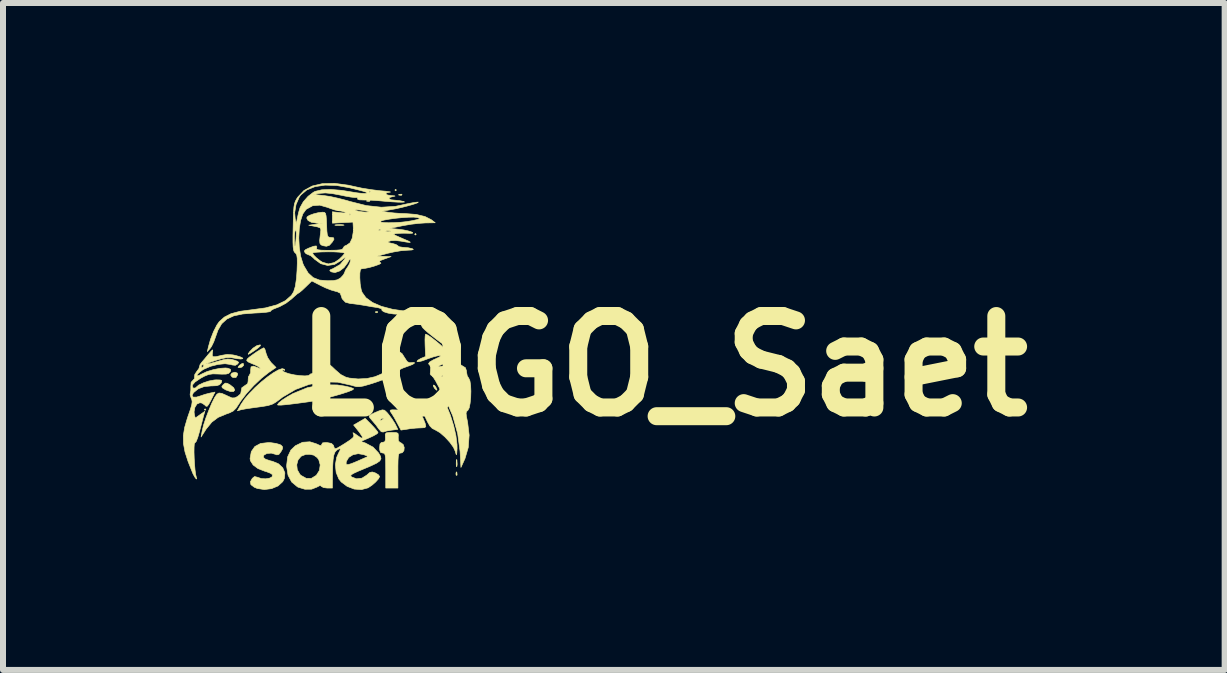
<source format=kicad_pcb>
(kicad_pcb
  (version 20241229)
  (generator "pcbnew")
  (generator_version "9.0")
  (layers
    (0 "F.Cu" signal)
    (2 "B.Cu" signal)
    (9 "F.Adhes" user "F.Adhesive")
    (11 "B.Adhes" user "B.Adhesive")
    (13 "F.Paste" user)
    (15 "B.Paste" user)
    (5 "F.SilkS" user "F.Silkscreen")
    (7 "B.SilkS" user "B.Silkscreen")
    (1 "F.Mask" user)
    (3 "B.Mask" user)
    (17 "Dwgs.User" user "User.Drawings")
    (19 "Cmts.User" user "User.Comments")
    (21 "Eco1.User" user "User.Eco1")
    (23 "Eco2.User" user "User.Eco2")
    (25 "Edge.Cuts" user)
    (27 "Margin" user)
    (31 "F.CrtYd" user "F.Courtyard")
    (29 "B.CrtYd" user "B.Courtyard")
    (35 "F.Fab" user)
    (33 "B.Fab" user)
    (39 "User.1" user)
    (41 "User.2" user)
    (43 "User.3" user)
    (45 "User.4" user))
  (footprint "LOGO_Saet"
    (layer "F.Cu")
    (at 2.311 2.594)
    (property "Reference" "LOGO_Saet" (at 5.69 0.457 0) (layer "F.SilkS") (effects (font (size 1.524 1.524) (thickness 0.3))))
    (attr through_hole)
    (fp_poly (pts (xy -1.93 1.181) (xy -1.943 1.194) (xy -1.956 1.181) (xy -1.943 1.168) (xy -1.93 1.181)) (stroke (width 0.01) (type solid)) (fill yes) (layer "F.SilkS"))
    (fp_poly (pts (xy 1.245 -2.477) (xy 1.232 -2.464) (xy 1.219 -2.477) (xy 1.232 -2.489) (xy 1.245 -2.477)) (stroke (width 0.01) (type solid)) (fill yes) (layer "F.SilkS"))
    (fp_poly (pts (xy 1.575 -1.74) (xy 1.562 -1.727) (xy 1.549 -1.74) (xy 1.562 -1.753) (xy 1.575 -1.74)) (stroke (width 0.01) (type solid)) (fill yes) (layer "F.SilkS"))
    (fp_poly (pts (xy 0.806 -2.301) (xy 0.798 -2.29) (xy 0.773 -2.288) (xy 0.745 -2.294) (xy 0.757 -2.303) (xy 0.797 -2.306) (xy 0.806 -2.301)) (stroke (width 0.01) (type solid)) (fill yes) (layer "F.SilkS"))
    (fp_poly (pts (xy 0.931 -0.449) (xy 0.928 -0.434) (xy 0.914 -0.432) (xy 0.893 -0.441) (xy 0.897 -0.449) (xy 0.928 -0.452) (xy 0.931 -0.449)) (stroke (width 0.01) (type solid)) (fill yes) (layer "F.SilkS"))
    (fp_poly (pts (xy 1.339 -2.403) (xy 1.332 -2.391) (xy 1.306 -2.39) (xy 1.279 -2.396) (xy 1.291 -2.405) (xy 1.33 -2.408) (xy 1.339 -2.403)) (stroke (width 0.01) (type solid)) (fill yes) (layer "F.SilkS"))
    (fp_poly (pts (xy 2.253 2.23) (xy 2.256 2.27) (xy 2.251 2.279) (xy 2.239 2.272) (xy 2.237 2.246) (xy 2.243 2.219) (xy 2.253 2.23)) (stroke (width 0.01) (type solid)) (fill yes) (layer "F.SilkS"))
    (fp_poly (pts (xy 1.882 0.78) (xy 1.904 0.811) (xy 1.922 0.855) (xy 1.912 0.858) (xy 1.879 0.825) (xy 1.859 0.787) (xy 1.861 0.772) (xy 1.882 0.78)) (stroke (width 0.01) (type solid)) (fill yes) (layer "F.SilkS"))
    (fp_poly (pts (xy -1.306 0.413) (xy -1.301 0.444) (xy -1.329 0.473) (xy -1.366 0.483) (xy -1.394 0.479) (xy -1.384 0.46) (xy -1.365 0.44) (xy -1.326 0.413) (xy -1.306 0.413)) (stroke (width 0.01) (type solid)) (fill yes) (layer "F.SilkS"))
    (fp_poly (pts (xy 0.362 -1.897) (xy 0.373 -1.892) (xy 0.339 -1.888) (xy 0.292 -1.887) (xy 0.234 -1.889) (xy 0.218 -1.893) (xy 0.235 -1.898) (xy 0.31 -1.902) (xy 0.362 -1.897)) (stroke (width 0.01) (type solid)) (fill yes) (layer "F.SilkS"))
    (fp_poly (pts (xy 2.253 2.026) (xy 2.257 2.092) (xy 2.253 2.128) (xy 2.246 2.133) (xy 2.242 2.097) (xy 2.242 2.07) (xy 2.244 2.021) (xy 2.25 2.013) (xy 2.253 2.026)) (stroke (width 0.01) (type solid)) (fill yes) (layer "F.SilkS"))
    (fp_poly (pts (xy -1.405 0.574) (xy -1.401 0.601) (xy -1.428 0.646) (xy -1.476 0.647) (xy -1.496 0.637) (xy -1.517 0.605) (xy -1.499 0.574) (xy -1.45 0.559) (xy -1.444 0.559) (xy -1.405 0.574)) (stroke (width 0.01) (type solid)) (fill yes) (layer "F.SilkS"))
    (fp_poly (pts (xy -1.575 0.743) (xy -1.53 0.767) (xy -1.467 0.817) (xy -1.449 0.857) (xy -1.469 0.88) (xy -1.521 0.881) (xy -1.598 0.854) (xy -1.61 0.847) (xy -1.657 0.818) (xy -1.664 0.795) (xy -1.641 0.767) (xy -1.608 0.74) (xy -1.575 0.743)) (stroke (width 0.01) (type solid)) (fill yes) (layer "F.SilkS"))
    (fp_poly (pts (xy -1.02 0.105) (xy -1.025 0.122) (xy -1.065 0.158) (xy -1.122 0.199) (xy -1.19 0.243) (xy -1.223 0.261) (xy -1.225 0.252) (xy -1.203 0.22) (xy -1.203 0.219) (xy -1.145 0.158) (xy -1.081 0.116) (xy -1.028 0.103) (xy -1.02 0.105)) (stroke (width 0.01) (type solid)) (fill yes) (layer "F.SilkS"))
    (fp_poly (pts (xy 0.259 0.771) (xy 0.389 0.791) (xy 0.467 0.809) (xy 0.519 0.827) (xy 0.533 0.837) (xy 0.51 0.855) (xy 0.447 0.881) (xy 0.353 0.912) (xy 0.239 0.946) (xy 0.114 0.98) (xy -0.013 1.011) (xy -0.131 1.037) (xy -0.229 1.053) (xy -0.428 1.08) (xy -0.577 1.098) (xy -0.677 1.107) (xy -0.729 1.106) (xy -0.737 1.101) (xy -0.715 1.07) (xy -0.658 1.023) (xy -0.573 0.968) (xy -0.476 0.913) (xy -0.237 0.816) (xy 0.007 0.768) (xy 0.259 0.771)) (stroke (width 0.01) (type solid)) (fill yes) (layer "F.SilkS"))
    (fp_poly (pts (xy 1.339 0.249) (xy 1.384 0.32) (xy 1.423 0.38) (xy 1.462 0.401) (xy 1.491 0.399) (xy 1.54 0.395) (xy 1.547 0.406) (xy 1.518 0.427) (xy 1.456 0.453) (xy 1.441 0.457) (xy 1.352 0.49) (xy 1.269 0.53) (xy 1.254 0.538) (xy 1.183 0.574) (xy 1.137 0.581) (xy 1.102 0.558) (xy 1.095 0.55) (xy 1.084 0.516) (xy 1.113 0.476) (xy 1.121 0.467) (xy 1.166 0.414) (xy 1.211 0.338) (xy 1.224 0.312) (xy 1.263 0.243) (xy 1.299 0.221) (xy 1.339 0.249)) (stroke (width 0.01) (type solid)) (fill yes) (layer "F.SilkS"))
    (fp_poly (pts (xy 1.607 1.172) (xy 1.638 1.22) (xy 1.654 1.25) (xy 1.691 1.33) (xy 1.721 1.402) (xy 1.727 1.422) (xy 1.735 1.464) (xy 1.717 1.482) (xy 1.662 1.486) (xy 1.654 1.486) (xy 1.57 1.49) (xy 1.471 1.5) (xy 1.442 1.505) (xy 1.321 1.523) (xy 1.257 1.403) (xy 1.214 1.324) (xy 1.173 1.256) (xy 1.156 1.231) (xy 1.14 1.205) (xy 1.143 1.191) (xy 1.174 1.185) (xy 1.241 1.187) (xy 1.306 1.19) (xy 1.413 1.191) (xy 1.499 1.183) (xy 1.545 1.171) (xy 1.58 1.158) (xy 1.607 1.172)) (stroke (width 0.01) (type solid)) (fill yes) (layer "F.SilkS"))
    (fp_poly (pts (xy 1.966 0.913) (xy 2.004 0.969) (xy 2.052 1.057) (xy 2.079 1.114) (xy 2.145 1.278) (xy 2.199 1.451) (xy 2.237 1.619) (xy 2.255 1.767) (xy 2.256 1.833) (xy 2.251 1.908) (xy 2.245 1.935) (xy 2.238 1.921) (xy 2.229 1.885) (xy 2.196 1.811) (xy 2.133 1.724) (xy 2.053 1.637) (xy 1.969 1.565) (xy 1.893 1.521) (xy 1.891 1.52) (xy 1.842 1.495) (xy 1.802 1.454) (xy 1.762 1.384) (xy 1.731 1.318) (xy 1.656 1.147) (xy 1.733 1.115) (xy 1.804 1.074) (xy 1.87 1.017) (xy 1.916 0.958) (xy 1.93 0.918) (xy 1.94 0.894) (xy 1.966 0.913)) (stroke (width 0.01) (type solid)) (fill yes) (layer "F.SilkS"))
    (fp_poly (pts (xy 1.047 1.192) (xy 1.086 1.228) (xy 1.116 1.264) (xy 1.172 1.339) (xy 1.22 1.414) (xy 1.23 1.433) (xy 1.268 1.511) (xy 1.161 1.525) (xy 1.087 1.537) (xy 1.034 1.552) (xy 1.025 1.556) (xy 0.992 1.55) (xy 0.953 1.506) (xy 0.952 1.505) (xy 0.903 1.437) (xy 0.844 1.367) (xy 0.842 1.364) (xy 0.968 1.364) (xy 0.993 1.359) (xy 0.998 1.357) (xy 1.029 1.337) (xy 1.029 1.326) (xy 1.003 1.329) (xy 0.984 1.343) (xy 0.968 1.364) (xy 0.842 1.364) (xy 0.841 1.364) (xy 0.8 1.316) (xy 0.791 1.29) (xy 0.812 1.27) (xy 0.826 1.262) (xy 0.886 1.232) (xy 0.958 1.202) (xy 1.01 1.186) (xy 1.047 1.192)) (stroke (width 0.01) (type solid)) (fill yes) (layer "F.SilkS"))
    (fp_poly (pts (xy 0.046 -2.105) (xy 0.063 -2.088) (xy 0.073 -2.047) (xy 0.079 -1.973) (xy 0.082 -1.899) (xy 0.086 -1.796) (xy 0.093 -1.733) (xy 0.105 -1.702) (xy 0.125 -1.69) (xy 0.146 -1.688) (xy 0.197 -1.682) (xy 0.205 -1.658) (xy 0.177 -1.611) (xy 0.128 -1.556) (xy 0.078 -1.54) (xy 0.025 -1.549) (xy -0.011 -1.563) (xy -0.03 -1.589) (xy -0.034 -1.638) (xy -0.025 -1.721) (xy -0.02 -1.757) (xy -0.014 -1.817) (xy -0.027 -1.847) (xy -0.072 -1.863) (xy -0.111 -1.871) (xy -0.216 -1.891) (xy -0.102 -1.907) (xy 0.013 -1.923) (xy -0.092 -1.927) (xy -0.173 -1.94) (xy -0.228 -1.97) (xy -0.249 -2.009) (xy -0.243 -2.03) (xy -0.207 -2.054) (xy -0.14 -2.079) (xy -0.061 -2.099) (xy 0.011 -2.108) (xy 0.018 -2.108) (xy 0.046 -2.105)) (stroke (width 0.01) (type solid)) (fill yes) (layer "F.SilkS"))
    (fp_poly (pts (xy 1.238 1.564) (xy 1.271 1.576) (xy 1.277 1.607) (xy 1.275 1.641) (xy 1.277 1.701) (xy 1.304 1.729) (xy 1.319 1.734) (xy 1.358 1.764) (xy 1.375 1.814) (xy 1.37 1.866) (xy 1.342 1.9) (xy 1.321 1.905) (xy 1.299 1.908) (xy 1.284 1.923) (xy 1.276 1.959) (xy 1.272 2.023) (xy 1.27 2.126) (xy 1.27 2.197) (xy 1.27 2.489) (xy 1.067 2.489) (xy 1.067 2.197) (xy 1.066 2.072) (xy 1.064 1.988) (xy 1.057 1.939) (xy 1.046 1.914) (xy 1.028 1.906) (xy 1.016 1.905) (xy 0.981 1.895) (xy 0.967 1.856) (xy 0.965 1.816) (xy 0.971 1.755) (xy 0.993 1.73) (xy 1.016 1.727) (xy 1.051 1.718) (xy 1.062 1.681) (xy 1.061 1.645) (xy 1.059 1.594) (xy 1.074 1.57) (xy 1.118 1.563) (xy 1.168 1.562) (xy 1.238 1.564)) (stroke (width 0.01) (type solid)) (fill yes) (layer "F.SilkS"))
    (fp_poly (pts (xy -0.848 1.733) (xy -0.764 1.745) (xy -0.697 1.764) (xy -0.675 1.776) (xy -0.651 1.804) (xy -0.654 1.837) (xy -0.678 1.881) (xy -0.714 1.929) (xy -0.748 1.936) (xy -0.765 1.929) (xy -0.84 1.907) (xy -0.914 1.913) (xy -0.964 1.941) (xy -0.974 1.977) (xy -0.937 2.008) (xy -0.853 2.036) (xy -0.821 2.043) (xy -0.72 2.085) (xy -0.649 2.152) (xy -0.614 2.236) (xy -0.621 2.326) (xy -0.649 2.382) (xy -0.728 2.454) (xy -0.836 2.499) (xy -0.956 2.514) (xy -1.074 2.496) (xy -1.124 2.475) (xy -1.18 2.432) (xy -1.188 2.383) (xy -1.157 2.328) (xy -1.119 2.297) (xy -1.073 2.308) (xy -1.071 2.309) (xy -1.005 2.331) (xy -0.934 2.335) (xy -0.871 2.325) (xy -0.828 2.303) (xy -0.82 2.271) (xy -0.824 2.263) (xy -0.857 2.241) (xy -0.922 2.216) (xy -0.953 2.207) (xy -1.061 2.165) (xy -1.142 2.105) (xy -1.188 2.034) (xy -1.194 1.997) (xy -1.173 1.881) (xy -1.114 1.797) (xy -1.019 1.746) (xy -0.889 1.731) (xy -0.848 1.733)) (stroke (width 0.01) (type solid)) (fill yes) (layer "F.SilkS"))
    (fp_poly (pts (xy -0.947 0.175) (xy -0.931 0.229) (xy -0.929 0.24) (xy -0.9 0.316) (xy -0.848 0.392) (xy -0.837 0.404) (xy -0.761 0.48) (xy -0.88 0.561) (xy -1.003 0.658) (xy -1.131 0.779) (xy -1.251 0.91) (xy -1.348 1.036) (xy -1.375 1.078) (xy -1.427 1.157) (xy -1.476 1.206) (xy -1.541 1.238) (xy -1.588 1.254) (xy -1.725 1.311) (xy -1.831 1.39) (xy -1.924 1.504) (xy -1.936 1.522) (xy -2.01 1.638) (xy -1.992 1.537) (xy -1.97 1.444) (xy -1.931 1.324) (xy -1.882 1.196) (xy -1.832 1.076) (xy -1.786 0.984) (xy -1.779 0.972) (xy -1.746 0.925) (xy -1.711 0.905) (xy -1.663 0.912) (xy -1.588 0.945) (xy -1.555 0.961) (xy -1.495 0.987) (xy -1.451 0.986) (xy -1.403 0.964) (xy -1.35 0.918) (xy -1.341 0.869) (xy -1.331 0.817) (xy -1.282 0.783) (xy -1.233 0.748) (xy -1.225 0.7) (xy -1.226 0.694) (xy -1.222 0.637) (xy -1.205 0.608) (xy -1.184 0.565) (xy -1.184 0.519) (xy -1.178 0.47) (xy -1.139 0.457) (xy -1.07 0.481) (xy -1.062 0.485) (xy -1.027 0.499) (xy -1.026 0.487) (xy -1.058 0.463) (xy -1.12 0.432) (xy -1.156 0.418) (xy -1.224 0.388) (xy -1.25 0.364) (xy -1.242 0.34) (xy -1.207 0.308) (xy -1.147 0.264) (xy -1.078 0.216) (xy -1.015 0.177) (xy -0.971 0.154) (xy -0.964 0.152) (xy -0.947 0.175)) (stroke (width 0.01) (type solid)) (fill yes) (layer "F.SilkS"))
    (fp_poly (pts (xy 0.119 0.423) (xy 0.171 0.466) (xy 0.228 0.52) (xy 0.317 0.597) (xy 0.4 0.64) (xy 0.459 0.656) (xy 0.607 0.671) (xy 0.756 0.663) (xy 0.886 0.634) (xy 0.942 0.611) (xy 1.008 0.582) (xy 1.05 0.579) (xy 1.082 0.595) (xy 1.109 0.62) (xy 1.1 0.64) (xy 1.053 0.667) (xy 0.991 0.694) (xy 0.899 0.727) (xy 0.798 0.759) (xy 0.794 0.76) (xy 0.697 0.788) (xy 0.63 0.8) (xy 0.578 0.799) (xy 0.521 0.784) (xy 0.495 0.776) (xy 0.267 0.725) (xy 0.03 0.72) (xy -0.207 0.761) (xy -0.436 0.846) (xy -0.652 0.973) (xy -0.701 1.011) (xy -0.768 1.06) (xy -0.827 1.093) (xy -0.895 1.114) (xy -0.989 1.13) (xy -1.055 1.139) (xy -1.165 1.154) (xy -1.261 1.168) (xy -1.329 1.181) (xy -1.344 1.184) (xy -1.405 1.202) (xy -1.344 1.093) (xy -1.285 1.005) (xy -1.204 0.91) (xy -1.11 0.814) (xy -1.007 0.721) (xy -0.904 0.638) (xy -0.807 0.569) (xy -0.723 0.521) (xy -0.659 0.499) (xy -0.622 0.509) (xy -0.62 0.511) (xy -0.617 0.529) (xy -0.631 0.523) (xy -0.657 0.52) (xy -0.66 0.529) (xy -0.638 0.549) (xy -0.581 0.572) (xy -0.54 0.585) (xy -0.451 0.604) (xy -0.359 0.616) (xy -0.279 0.62) (xy -0.222 0.615) (xy -0.203 0.603) (xy -0.183 0.586) (xy -0.165 0.584) (xy -0.126 0.568) (xy -0.066 0.527) (xy -0.029 0.495) (xy 0.031 0.445) (xy 0.076 0.413) (xy 0.091 0.406) (xy 0.119 0.423)) (stroke (width 0.01) (type solid)) (fill yes) (layer "F.SilkS"))
    (fp_poly (pts (xy 1.767 -0.06) (xy 1.828 -0.019) (xy 1.901 0.038) (xy 1.977 0.101) (xy 2.042 0.161) (xy 2.085 0.207) (xy 2.095 0.222) (xy 2.127 0.266) (xy 2.154 0.279) (xy 2.188 0.299) (xy 2.226 0.348) (xy 2.228 0.352) (xy 2.28 0.412) (xy 2.341 0.451) (xy 2.395 0.484) (xy 2.413 0.538) (xy 2.413 0.553) (xy 2.425 0.619) (xy 2.451 0.66) (xy 2.47 0.702) (xy 2.482 0.778) (xy 2.486 0.876) (xy 2.483 0.98) (xy 2.473 1.077) (xy 2.458 1.153) (xy 2.436 1.194) (xy 2.434 1.196) (xy 2.414 1.213) (xy 2.406 1.241) (xy 2.411 1.293) (xy 2.429 1.382) (xy 2.431 1.39) (xy 2.457 1.607) (xy 2.442 1.813) (xy 2.387 1.999) (xy 2.382 2.01) (xy 2.32 2.146) (xy 2.306 1.88) (xy 2.266 1.582) (xy 2.184 1.286) (xy 2.064 1.008) (xy 2.041 0.965) (xy 1.995 0.882) (xy 2.061 0.882) (xy 2.086 0.887) (xy 2.095 0.887) (xy 2.162 0.875) (xy 2.197 0.864) (xy 2.229 0.848) (xy 2.216 0.842) (xy 2.184 0.84) (xy 2.119 0.849) (xy 2.083 0.864) (xy 2.061 0.882) (xy 1.995 0.882) (xy 1.987 0.868) (xy 1.935 0.773) (xy 1.899 0.705) (xy 1.862 0.646) (xy 1.841 0.623) (xy 1.995 0.623) (xy 2.001 0.629) (xy 2.054 0.631) (xy 2.057 0.631) (xy 2.134 0.625) (xy 2.196 0.61) (xy 2.197 0.61) (xy 2.225 0.595) (xy 2.21 0.589) (xy 2.172 0.589) (xy 2.092 0.596) (xy 2.032 0.61) (xy 1.995 0.623) (xy 1.841 0.623) (xy 1.831 0.613) (xy 1.823 0.61) (xy 1.808 0.588) (xy 1.812 0.534) (xy 1.815 0.477) (xy 1.808 0.459) (xy 1.945 0.459) (xy 1.949 0.468) (xy 1.992 0.461) (xy 2.005 0.458) (xy 2.067 0.437) (xy 2.104 0.418) (xy 2.105 0.416) (xy 2.099 0.408) (xy 2.063 0.413) (xy 2.013 0.427) (xy 1.967 0.445) (xy 1.945 0.459) (xy 1.808 0.459) (xy 1.803 0.444) (xy 1.78 0.418) (xy 1.798 0.389) (xy 1.861 0.352) (xy 1.899 0.335) (xy 1.962 0.305) (xy 1.982 0.286) (xy 1.967 0.28) (xy 1.922 0.287) (xy 1.854 0.305) (xy 1.769 0.334) (xy 1.752 0.341) (xy 1.673 0.37) (xy 1.614 0.384) (xy 1.588 0.382) (xy 1.6 0.36) (xy 1.646 0.333) (xy 1.653 0.329) (xy 1.731 0.297) (xy 1.723 0.11) (xy 1.721 0.02) (xy 1.724 -0.046) (xy 1.731 -0.076) (xy 1.732 -0.076) (xy 1.767 -0.06)) (stroke (width 0.01) (type solid)) (fill yes) (layer "F.SilkS"))
    (fp_poly (pts (xy 0.832 1.436) (xy 0.889 1.498) (xy 0.928 1.546) (xy 0.939 1.567) (xy 0.918 1.587) (xy 0.862 1.619) (xy 0.796 1.65) (xy 0.652 1.712) (xy 0.727 1.738) (xy 0.856 1.807) (xy 0.947 1.904) (xy 0.979 1.958) (xy 0.988 2) (xy 0.968 2.037) (xy 0.915 2.074) (xy 0.823 2.118) (xy 0.722 2.161) (xy 0.607 2.209) (xy 0.533 2.243) (xy 0.494 2.267) (xy 0.483 2.285) (xy 0.495 2.301) (xy 0.498 2.304) (xy 0.58 2.335) (xy 0.671 2.324) (xy 0.752 2.273) (xy 0.753 2.271) (xy 0.802 2.229) (xy 0.843 2.221) (xy 0.892 2.236) (xy 0.943 2.266) (xy 0.965 2.296) (xy 0.965 2.297) (xy 0.946 2.335) (xy 0.899 2.388) (xy 0.837 2.442) (xy 0.774 2.484) (xy 0.77 2.486) (xy 0.662 2.515) (xy 0.541 2.506) (xy 0.424 2.461) (xy 0.325 2.387) (xy 0.286 2.339) (xy 0.241 2.23) (xy 0.228 2.103) (xy 0.232 2.077) (xy 0.406 2.077) (xy 0.414 2.096) (xy 0.441 2.098) (xy 0.495 2.082) (xy 0.583 2.046) (xy 0.644 2.019) (xy 0.775 1.961) (xy 0.7 1.932) (xy 0.608 1.916) (xy 0.521 1.934) (xy 0.45 1.979) (xy 0.411 2.045) (xy 0.406 2.077) (xy 0.232 2.077) (xy 0.249 1.979) (xy 0.279 1.911) (xy 0.309 1.852) (xy 0.305 1.83) (xy 0.268 1.846) (xy 0.247 1.861) (xy 0.221 1.891) (xy 0.202 1.94) (xy 0.19 2.015) (xy 0.183 2.125) (xy 0.18 2.267) (xy 0.178 2.489) (xy 0.091 2.489) (xy 0.03 2.481) (xy -0.004 2.462) (xy -0.006 2.459) (xy -0.027 2.446) (xy -0.075 2.47) (xy -0.077 2.472) (xy -0.169 2.508) (xy -0.28 2.509) (xy -0.392 2.475) (xy -0.405 2.468) (xy -0.5 2.389) (xy -0.561 2.276) (xy -0.584 2.131) (xy -0.584 2.114) (xy -0.583 2.1) (xy -0.416 2.1) (xy -0.407 2.184) (xy -0.363 2.261) (xy -0.347 2.277) (xy -0.258 2.327) (xy -0.173 2.328) (xy -0.092 2.278) (xy -0.088 2.274) (xy -0.038 2.195) (xy -0.025 2.103) (xy -0.049 2.017) (xy -0.076 1.981) (xy -0.132 1.941) (xy -0.2 1.927) (xy -0.267 1.929) (xy -0.343 1.959) (xy -0.394 2.02) (xy -0.416 2.1) (xy -0.583 2.1) (xy -0.567 1.968) (xy -0.514 1.856) (xy -0.439 1.784) (xy -0.319 1.726) (xy -0.197 1.718) (xy -0.094 1.75) (xy -0.034 1.777) (xy -0.006 1.78) (xy 0 1.761) (xy 0.015 1.736) (xy 0.067 1.73) (xy 0.094 1.732) (xy 0.162 1.745) (xy 0.195 1.776) (xy 0.202 1.797) (xy 0.211 1.823) (xy 0.227 1.833) (xy 0.26 1.822) (xy 0.318 1.788) (xy 0.386 1.746) (xy 0.471 1.69) (xy 0.518 1.652) (xy 0.536 1.624) (xy 0.532 1.597) (xy 0.528 1.59) (xy 0.521 1.567) (xy 0.543 1.576) (xy 0.593 1.612) (xy 0.654 1.653) (xy 0.681 1.657) (xy 0.673 1.627) (xy 0.63 1.563) (xy 0.609 1.536) (xy 0.532 1.439) (xy 0.628 1.383) (xy 0.724 1.327) (xy 0.832 1.436)) (stroke (width 0.01) (type solid)) (fill yes) (layer "F.SilkS"))
    (fp_poly (pts (xy -1.816 0.205) (xy -1.821 0.235) (xy -1.825 0.28) (xy -1.808 0.301) (xy -1.762 0.3) (xy -1.678 0.28) (xy -1.665 0.277) (xy -1.576 0.262) (xy -1.48 0.27) (xy -1.429 0.281) (xy -1.359 0.302) (xy -1.318 0.322) (xy -1.314 0.333) (xy -1.348 0.339) (xy -1.413 0.333) (xy -1.448 0.326) (xy -1.518 0.314) (xy -1.586 0.316) (xy -1.669 0.333) (xy -1.748 0.356) (xy -1.834 0.384) (xy -1.896 0.407) (xy -1.923 0.421) (xy -1.923 0.422) (xy -1.896 0.42) (xy -1.833 0.406) (xy -1.748 0.382) (xy -1.739 0.379) (xy -1.64 0.351) (xy -1.57 0.339) (xy -1.511 0.343) (xy -1.465 0.355) (xy -1.404 0.376) (xy -1.384 0.395) (xy -1.399 0.419) (xy -1.401 0.422) (xy -1.439 0.444) (xy -1.492 0.438) (xy -1.518 0.43) (xy -1.611 0.417) (xy -1.728 0.429) (xy -1.851 0.46) (xy -1.963 0.508) (xy -1.988 0.523) (xy -2.048 0.569) (xy -2.078 0.603) (xy -2.076 0.62) (xy -2.041 0.611) (xy -2 0.589) (xy -1.914 0.549) (xy -1.806 0.516) (xy -1.696 0.494) (xy -1.603 0.488) (xy -1.565 0.492) (xy -1.52 0.51) (xy -1.517 0.536) (xy -1.527 0.554) (xy -1.551 0.579) (xy -1.594 0.59) (xy -1.666 0.591) (xy -1.716 0.589) (xy -1.812 0.586) (xy -1.883 0.596) (xy -1.955 0.625) (xy -2.018 0.659) (xy -2.111 0.722) (xy -2.155 0.773) (xy -2.15 0.812) (xy -2.135 0.824) (xy -2.103 0.821) (xy -2.094 0.811) (xy -2.05 0.773) (xy -1.972 0.736) (xy -1.88 0.705) (xy -1.789 0.688) (xy -1.758 0.686) (xy -1.691 0.688) (xy -1.665 0.698) (xy -1.67 0.723) (xy -1.676 0.737) (xy -1.703 0.767) (xy -1.749 0.783) (xy -1.83 0.787) (xy -1.843 0.787) (xy -1.959 0.798) (xy -2.05 0.832) (xy -2.07 0.845) (xy -2.137 0.9) (xy -2.16 0.945) (xy -2.143 0.973) (xy -2.088 0.974) (xy -2.028 0.956) (xy -1.943 0.927) (xy -1.86 0.906) (xy -1.778 0.89) (xy -1.844 1.022) (xy -1.883 1.094) (xy -1.908 1.126) (xy -1.928 1.126) (xy -1.943 1.11) (xy -1.993 1.074) (xy -2.029 1.067) (xy -2.079 1.089) (xy -2.114 1.146) (xy -2.127 1.22) (xy -2.122 1.264) (xy -2.107 1.323) (xy -2.027 1.266) (xy -1.947 1.21) (xy -1.965 1.272) (xy -1.979 1.325) (xy -2.001 1.411) (xy -2.028 1.514) (xy -2.035 1.543) (xy -2.065 1.645) (xy -2.091 1.712) (xy -2.112 1.736) (xy -2.115 1.736) (xy -2.123 1.753) (xy -2.127 1.808) (xy -2.128 1.891) (xy -2.125 1.99) (xy -2.119 2.091) (xy -2.111 2.185) (xy -2.101 2.26) (xy -2.092 2.298) (xy -2.082 2.336) (xy -2.091 2.337) (xy -2.113 2.309) (xy -2.141 2.259) (xy -2.149 2.242) (xy -2.226 2.049) (xy -2.278 1.888) (xy -2.304 1.747) (xy -2.306 1.615) (xy -2.284 1.479) (xy -2.24 1.329) (xy -2.227 1.29) (xy -2.188 1.178) (xy -2.166 1.102) (xy -2.159 1.051) (xy -2.165 1.013) (xy -2.175 0.992) (xy -2.193 0.937) (xy -2.19 0.903) (xy -2.181 0.861) (xy -2.181 0.796) (xy -2.181 0.794) (xy -2.176 0.726) (xy -2.147 0.695) (xy -2.118 0.663) (xy -2.12 0.64) (xy -2.115 0.596) (xy -2.082 0.546) (xy -2.047 0.499) (xy -2.037 0.467) (xy -2.034 0.457) (xy -2.007 0.457) (xy -1.998 0.482) (xy -1.995 0.483) (xy -1.974 0.465) (xy -1.968 0.457) (xy -1.971 0.434) (xy -1.98 0.432) (xy -2.006 0.45) (xy -2.007 0.457) (xy -2.034 0.457) (xy -2.028 0.433) (xy -2 0.394) (xy -1.955 0.342) (xy -1.899 0.274) (xy -1.882 0.254) (xy -1.837 0.202) (xy -1.817 0.186) (xy -1.816 0.205)) (stroke (width 0.01) (type solid)) (fill yes) (layer "F.SilkS"))
    (fp_poly (pts (xy 0.444 -2.558) (xy 0.533 -2.538) (xy 0.668 -2.509) (xy 0.823 -2.484) (xy 0.966 -2.466) (xy 0.978 -2.465) (xy 1.069 -2.457) (xy 1.127 -2.449) (xy 1.147 -2.444) (xy 1.137 -2.442) (xy 1.081 -2.431) (xy 1.069 -2.412) (xy 1.098 -2.394) (xy 1.162 -2.384) (xy 1.216 -2.38) (xy 1.222 -2.376) (xy 1.187 -2.369) (xy 1.131 -2.353) (xy 1.121 -2.333) (xy 1.155 -2.315) (xy 1.213 -2.309) (xy 1.296 -2.301) (xy 1.368 -2.286) (xy 1.372 -2.285) (xy 1.379 -2.277) (xy 1.343 -2.274) (xy 1.27 -2.275) (xy 1.167 -2.281) (xy 1.04 -2.291) (xy 0.94 -2.3) (xy 0.839 -2.307) (xy 0.729 -2.311) (xy 0.703 -2.311) (xy 0.627 -2.314) (xy 0.597 -2.326) (xy 0.599 -2.34) (xy 0.603 -2.358) (xy 0.591 -2.354) (xy 0.556 -2.352) (xy 0.485 -2.36) (xy 0.388 -2.377) (xy 0.327 -2.39) (xy 0.177 -2.418) (xy 0.062 -2.429) (xy -0.025 -2.423) (xy -0.14 -2.404) (xy 0.038 -2.385) (xy 0.143 -2.369) (xy 0.274 -2.34) (xy 0.41 -2.305) (xy 0.47 -2.287) (xy 0.744 -2.218) (xy 0.994 -2.191) (xy 1.224 -2.205) (xy 1.308 -2.222) (xy 1.412 -2.245) (xy 1.509 -2.264) (xy 1.575 -2.274) (xy 1.609 -2.276) (xy 1.602 -2.267) (xy 1.562 -2.251) (xy 1.497 -2.231) (xy 1.415 -2.208) (xy 1.324 -2.185) (xy 1.233 -2.165) (xy 1.185 -2.156) (xy 1.003 -2.124) (xy 1.118 -2.105) (xy 1.208 -2.095) (xy 1.32 -2.087) (xy 1.392 -2.085) (xy 1.573 -2.071) (xy 1.72 -2.036) (xy 1.827 -1.982) (xy 1.829 -1.98) (xy 1.892 -1.932) (xy 1.727 -1.929) (xy 1.62 -1.922) (xy 1.489 -1.907) (xy 1.361 -1.885) (xy 1.346 -1.882) (xy 1.13 -1.838) (xy 1.287 -1.823) (xy 1.367 -1.812) (xy 1.437 -1.797) (xy 1.49 -1.781) (xy 1.518 -1.767) (xy 1.512 -1.757) (xy 1.466 -1.756) (xy 1.46 -1.756) (xy 1.371 -1.758) (xy 1.289 -1.756) (xy 1.228 -1.751) (xy 1.199 -1.742) (xy 1.2 -1.738) (xy 1.229 -1.721) (xy 1.292 -1.693) (xy 1.363 -1.662) (xy 1.443 -1.628) (xy 1.477 -1.608) (xy 1.465 -1.603) (xy 1.404 -1.611) (xy 1.325 -1.625) (xy 1.232 -1.636) (xy 1.157 -1.633) (xy 1.137 -1.628) (xy 1.105 -1.613) (xy 1.111 -1.602) (xy 1.162 -1.59) (xy 1.175 -1.588) (xy 1.236 -1.57) (xy 1.268 -1.551) (xy 1.27 -1.547) (xy 1.292 -1.532) (xy 1.348 -1.523) (xy 1.365 -1.522) (xy 1.443 -1.515) (xy 1.506 -1.501) (xy 1.511 -1.499) (xy 1.527 -1.486) (xy 1.5 -1.478) (xy 1.426 -1.474) (xy 1.422 -1.474) (xy 1.322 -1.466) (xy 1.203 -1.446) (xy 1.105 -1.424) (xy 0.927 -1.376) (xy 1.156 -1.368) (xy 1.042 -1.327) (xy 0.977 -1.302) (xy 0.957 -1.284) (xy 0.974 -1.271) (xy 0.987 -1.258) (xy 0.958 -1.239) (xy 0.882 -1.212) (xy 0.796 -1.187) (xy 0.722 -1.172) (xy 0.69 -1.168) (xy 0.659 -1.164) (xy 0.643 -1.142) (xy 0.636 -1.092) (xy 0.635 -1.015) (xy 0.641 -0.915) (xy 0.657 -0.821) (xy 0.672 -0.774) (xy 0.736 -0.684) (xy 0.845 -0.604) (xy 0.995 -0.539) (xy 1.181 -0.49) (xy 1.399 -0.458) (xy 1.416 -0.457) (xy 1.595 -0.434) (xy 1.733 -0.398) (xy 1.837 -0.345) (xy 1.917 -0.273) (xy 1.949 -0.231) (xy 1.981 -0.173) (xy 2.015 -0.096) (xy 2.046 -0.013) (xy 2.068 0.059) (xy 2.077 0.107) (xy 2.075 0.118) (xy 2.051 0.109) (xy 2 0.075) (xy 1.93 0.024) (xy 1.854 -0.035) (xy 1.78 -0.094) (xy 1.72 -0.146) (xy 1.684 -0.182) (xy 1.678 -0.191) (xy 1.659 -0.225) (xy 1.62 -0.267) (xy 1.529 -0.342) (xy 1.45 -0.384) (xy 1.367 -0.403) (xy 1.293 -0.406) (xy 1.194 -0.412) (xy 1.106 -0.426) (xy 1.039 -0.447) (xy 1.004 -0.47) (xy 1.004 -0.484) (xy 0.991 -0.501) (xy 0.941 -0.516) (xy 0.921 -0.52) (xy 0.839 -0.532) (xy 0.737 -0.55) (xy 0.684 -0.559) (xy 0.594 -0.573) (xy 0.514 -0.583) (xy 0.481 -0.585) (xy 0.396 -0.607) (xy 0.341 -0.665) (xy 0.326 -0.712) (xy 0.308 -0.758) (xy 0.259 -0.783) (xy 0.229 -0.79) (xy 0.159 -0.81) (xy 0.066 -0.846) (xy -0.013 -0.884) (xy -0.165 -0.962) (xy -0.268 -0.862) (xy -0.326 -0.807) (xy -0.369 -0.771) (xy -0.384 -0.762) (xy -0.409 -0.746) (xy -0.457 -0.704) (xy -0.502 -0.663) (xy -0.596 -0.591) (xy -0.703 -0.533) (xy -0.735 -0.521) (xy -0.804 -0.494) (xy -0.845 -0.47) (xy -0.851 -0.458) (xy -0.87 -0.449) (xy -0.929 -0.44) (xy -1.021 -0.432) (xy -1.124 -0.427) (xy -1.317 -0.412) (xy -1.467 -0.38) (xy -1.581 -0.327) (xy -1.667 -0.249) (xy -1.729 -0.142) (xy -1.767 -0.035) (xy -1.799 0.053) (xy -1.836 0.129) (xy -1.856 0.158) (xy -1.906 0.216) (xy -1.889 0.14) (xy -1.853 0.011) (xy -1.803 -0.117) (xy -1.747 -0.227) (xy -1.707 -0.284) (xy -1.622 -0.36) (xy -1.51 -0.417) (xy -1.363 -0.456) (xy -1.175 -0.481) (xy -0.938 -0.513) (xy -0.748 -0.564) (xy -0.604 -0.634) (xy -0.505 -0.722) (xy -0.468 -0.781) (xy -0.44 -0.872) (xy -0.42 -1.007) (xy -0.411 -1.138) (xy -0.407 -1.259) (xy -0.408 -1.339) (xy -0.415 -1.389) (xy -0.429 -1.418) (xy -0.442 -1.43) (xy -0.458 -1.447) (xy -0.469 -1.478) (xy -0.476 -1.528) (xy -0.479 -1.607) (xy -0.479 -1.656) (xy -0.455 -1.656) (xy -0.452 -1.573) (xy -0.447 -1.541) (xy -0.44 -1.558) (xy -0.431 -1.625) (xy -0.426 -1.68) (xy -0.382 -1.68) (xy -0.374 -1.524) (xy -0.351 -1.375) (xy -0.311 -1.245) (xy -0.296 -1.213) (xy -0.225 -1.094) (xy -0.142 -1.018) (xy -0.037 -0.977) (xy 0.1 -0.966) (xy 0.198 -0.969) (xy 0.262 -0.982) (xy 0.309 -1.009) (xy 0.322 -1.02) (xy 0.364 -1.067) (xy 0.382 -1.103) (xy 0.382 -1.103) (xy 0.396 -1.141) (xy 0.431 -1.193) (xy 0.432 -1.194) (xy 0.467 -1.255) (xy 0.481 -1.308) (xy 0.474 -1.328) (xy 0.452 -1.303) (xy 0.43 -1.263) (xy 0.371 -1.184) (xy 0.298 -1.128) (xy 0.222 -1.102) (xy 0.162 -1.113) (xy 0.134 -1.133) (xy 0.144 -1.149) (xy 0.19 -1.168) (xy 0.307 -1.236) (xy 0.387 -1.332) (xy 0.388 -1.333) (xy 0.392 -1.353) (xy 0.363 -1.337) (xy 0.321 -1.302) (xy 0.213 -1.237) (xy 0.099 -1.22) (xy -0.016 -1.25) (xy -0.122 -1.327) (xy -0.137 -1.344) (xy -0.183 -1.383) (xy -0.217 -1.397) (xy -0.258 -1.415) (xy -0.271 -1.427) (xy -0.152 -1.427) (xy -0.134 -1.394) (xy -0.087 -1.347) (xy -0.028 -1.3) (xy 0.013 -1.274) (xy 0.111 -1.246) (xy 0.21 -1.269) (xy 0.291 -1.323) (xy 0.344 -1.375) (xy 0.377 -1.414) (xy 0.381 -1.425) (xy 0.357 -1.434) (xy 0.293 -1.442) (xy 0.2 -1.447) (xy 0.114 -1.448) (xy 0.005 -1.446) (xy -0.083 -1.441) (xy -0.138 -1.434) (xy -0.152 -1.427) (xy -0.271 -1.427) (xy -0.278 -1.434) (xy -0.29 -1.461) (xy -0.268 -1.485) (xy -0.215 -1.51) (xy -0.133 -1.541) (xy -0.091 -1.546) (xy -0.081 -1.528) (xy -0.085 -1.511) (xy -0.085 -1.493) (xy -0.062 -1.482) (xy -0.008 -1.475) (xy 0.087 -1.473) (xy 0.128 -1.473) (xy 0.241 -1.475) (xy 0.311 -1.481) (xy 0.347 -1.493) (xy 0.356 -1.509) (xy 0.377 -1.541) (xy 0.418 -1.56) (xy 0.471 -1.597) (xy 0.508 -1.674) (xy 0.526 -1.781) (xy 0.526 -1.788) (xy 1.063 -1.788) (xy 1.097 -1.783) (xy 1.105 -1.783) (xy 1.148 -1.786) (xy 1.152 -1.794) (xy 1.15 -1.795) (xy 1.099 -1.8) (xy 1.074 -1.796) (xy 1.063 -1.788) (xy 0.526 -1.788) (xy 0.526 -1.82) (xy 0.948 -1.82) (xy 0.952 -1.805) (xy 0.965 -1.803) (xy 0.986 -1.813) (xy 0.982 -1.82) (xy 0.952 -1.823) (xy 0.948 -1.82) (xy 0.526 -1.82) (xy 0.526 -1.854) (xy 0.521 -1.943) (xy 0.178 -1.925) (xy 0.178 -1.955) (xy 0.98 -1.955) (xy 0.988 -1.942) (xy 1.036 -1.935) (xy 1.113 -1.932) (xy 1.209 -1.934) (xy 1.314 -1.94) (xy 1.416 -1.951) (xy 1.505 -1.966) (xy 1.511 -1.967) (xy 1.592 -1.985) (xy 1.629 -1.998) (xy 1.627 -2.008) (xy 1.592 -2.019) (xy 1.589 -2.02) (xy 1.532 -2.026) (xy 1.444 -2.024) (xy 1.337 -2.017) (xy 1.224 -2.006) (xy 1.12 -1.991) (xy 1.036 -1.976) (xy 0.986 -1.96) (xy 0.98 -1.955) (xy 0.178 -1.955) (xy 0.178 -2.07) (xy 0.457 -2.07) (xy 0.47 -2.057) (xy 0.483 -2.07) (xy 0.47 -2.083) (xy 0.457 -2.07) (xy 0.178 -2.07) (xy 0.178 -2.115) (xy 0.311 -2.1) (xy 0.384 -2.094) (xy 0.407 -2.098) (xy 0.394 -2.107) (xy 0.325 -2.127) (xy 0.284 -2.132) (xy 0.227 -2.143) (xy 0.222 -2.144) (xy 0.557 -2.144) (xy 0.572 -2.135) (xy 0.614 -2.123) (xy 0.674 -2.114) (xy 0.733 -2.109) (xy 0.776 -2.11) (xy 0.785 -2.117) (xy 0.785 -2.118) (xy 0.756 -2.126) (xy 0.693 -2.136) (xy 0.648 -2.143) (xy 0.578 -2.149) (xy 0.557 -2.144) (xy 0.222 -2.144) (xy 0.147 -2.169) (xy 0.1 -2.187) (xy -0.033 -2.225) (xy -0.15 -2.216) (xy -0.255 -2.158) (xy -0.263 -2.151) (xy -0.315 -2.079) (xy -0.352 -1.968) (xy -0.374 -1.832) (xy -0.382 -1.68) (xy -0.426 -1.68) (xy -0.425 -1.695) (xy -0.423 -1.766) (xy -0.428 -1.808) (xy -0.436 -1.814) (xy -0.447 -1.783) (xy -0.454 -1.718) (xy -0.455 -1.656) (xy -0.479 -1.656) (xy -0.479 -1.723) (xy -0.476 -1.857) (xy -0.473 -2.008) (xy -0.47 -2.101) (xy -0.45 -2.101) (xy -0.442 -1.998) (xy -0.423 -1.918) (xy -0.404 -2.019) (xy -0.385 -2.103) (xy -0.363 -2.177) (xy -0.36 -2.186) (xy -0.307 -2.281) (xy -0.227 -2.372) (xy -0.14 -2.439) (xy -0.11 -2.455) (xy 0.001 -2.481) (xy 0.151 -2.487) (xy 0.334 -2.472) (xy 0.475 -2.449) (xy 0.578 -2.432) (xy 0.665 -2.422) (xy 0.722 -2.419) (xy 0.731 -2.42) (xy 0.752 -2.427) (xy 0.754 -2.434) (xy 0.73 -2.445) (xy 0.711 -2.451) (xy 0.787 -2.451) (xy 0.8 -2.438) (xy 0.813 -2.451) (xy 0.8 -2.464) (xy 0.787 -2.451) (xy 0.711 -2.451) (xy 0.675 -2.462) (xy 0.582 -2.486) (xy 0.463 -2.515) (xy 0.249 -2.553) (xy 0.056 -2.559) (xy -0.111 -2.534) (xy -0.248 -2.479) (xy -0.348 -2.395) (xy -0.375 -2.357) (xy -0.428 -2.234) (xy -0.45 -2.101) (xy -0.47 -2.101) (xy -0.469 -2.117) (xy -0.463 -2.195) (xy -0.453 -2.25) (xy -0.438 -2.293) (xy -0.416 -2.333) (xy -0.398 -2.36) (xy -0.296 -2.469) (xy -0.159 -2.544) (xy 0.012 -2.584) (xy 0.214 -2.589) (xy 0.444 -2.558)) (stroke (width 0.01) (type solid)) (fill yes) (layer "F.SilkS")))
  (gr_rect
    (start -3 -3)
    (end 17.358 8.114)
    (stroke (width 0.1) (type default))
    (fill no)
    (layer "Edge.Cuts")))
</source>
